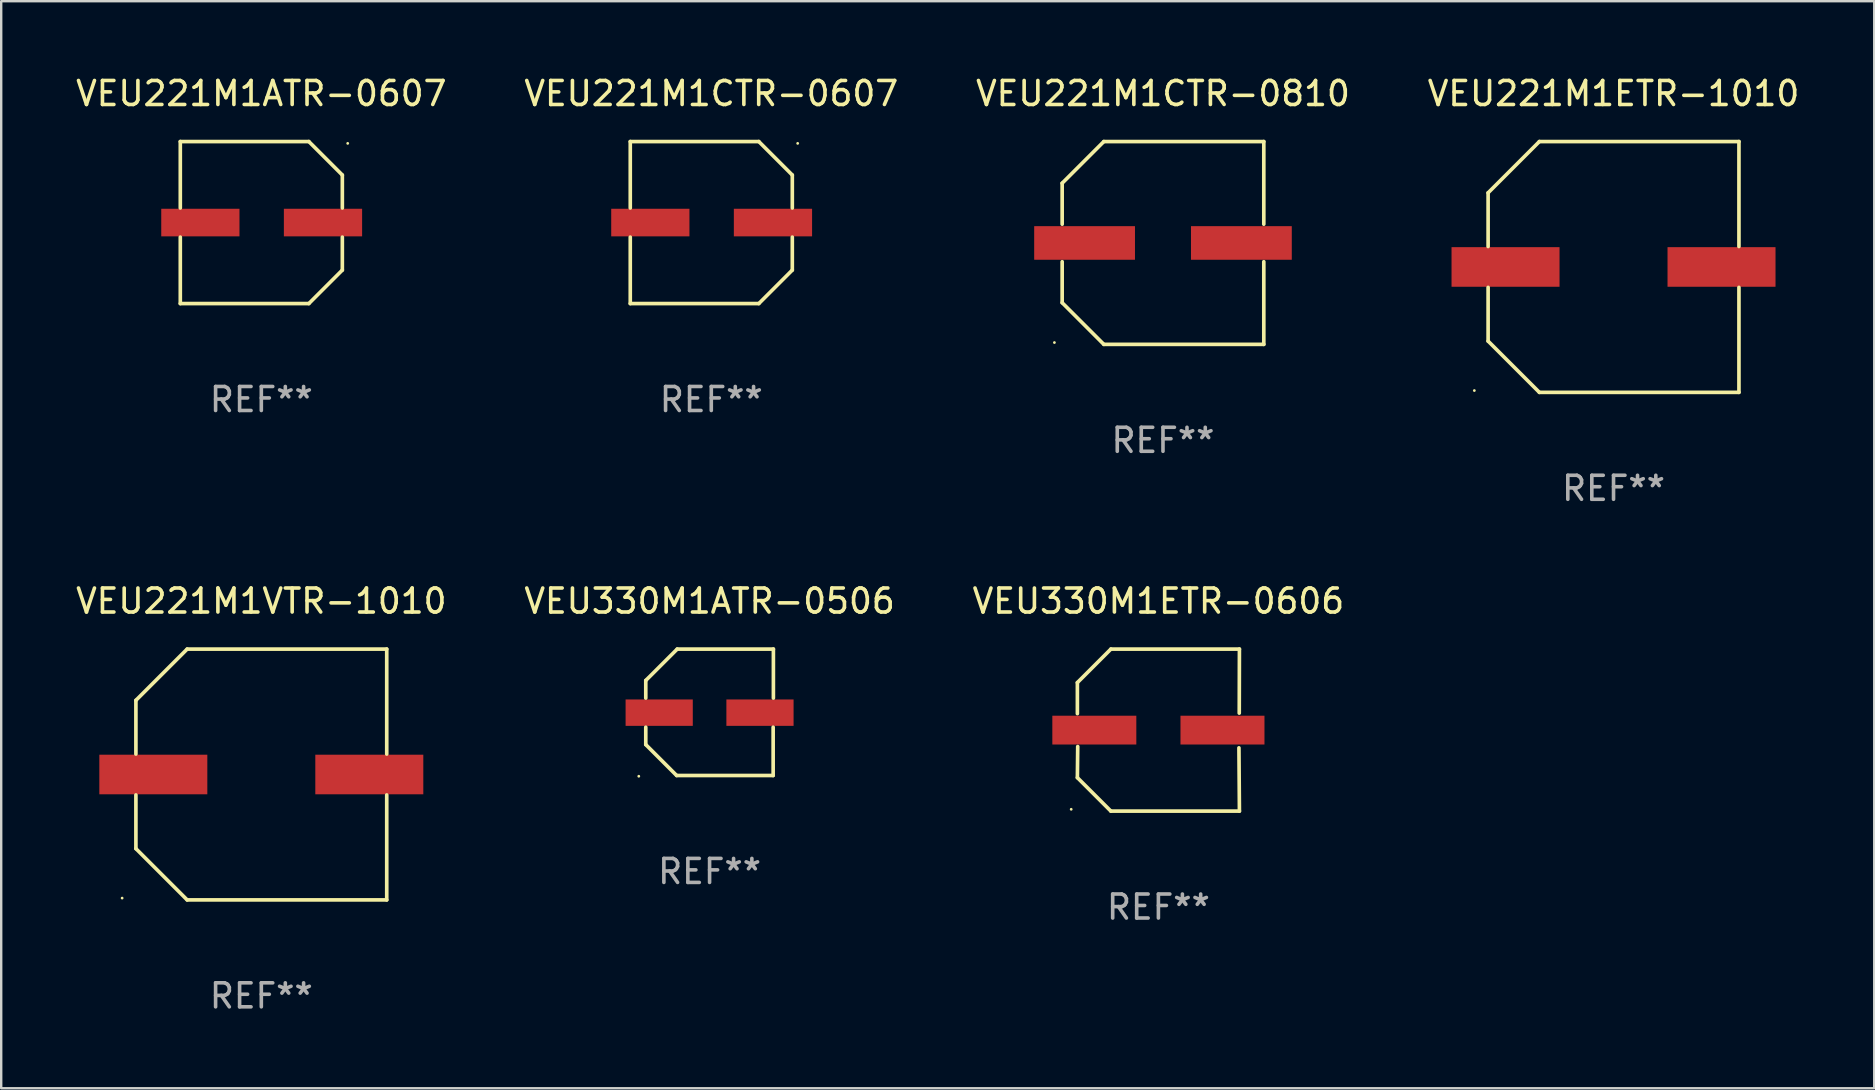
<source format=kicad_pcb>
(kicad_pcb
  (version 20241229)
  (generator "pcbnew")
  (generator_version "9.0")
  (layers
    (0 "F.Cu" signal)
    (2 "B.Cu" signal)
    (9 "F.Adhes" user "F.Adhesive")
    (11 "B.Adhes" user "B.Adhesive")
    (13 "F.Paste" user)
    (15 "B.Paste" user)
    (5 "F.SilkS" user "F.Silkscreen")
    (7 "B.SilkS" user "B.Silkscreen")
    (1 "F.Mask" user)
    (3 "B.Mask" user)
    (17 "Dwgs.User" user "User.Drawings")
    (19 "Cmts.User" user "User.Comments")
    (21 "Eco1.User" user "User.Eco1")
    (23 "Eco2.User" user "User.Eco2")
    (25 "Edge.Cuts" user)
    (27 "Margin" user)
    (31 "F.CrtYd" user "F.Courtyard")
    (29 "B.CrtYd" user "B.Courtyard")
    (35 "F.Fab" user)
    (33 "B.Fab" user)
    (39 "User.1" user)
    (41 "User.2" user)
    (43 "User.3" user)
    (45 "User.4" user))
  (footprint "VEU221M1CTR-0607"
    (layer "F.Cu")
    (at 26.589 6.224)
    (property "Reference" "VEU221M1CTR-0607" (at 0 -5.376 0) (layer "F.SilkS") (effects (font (size 1 1) (thickness 0.15))))
    (attr through_hole)
    (fp_line (start -3.376 -3.376) (end 1.98 -3.376) (stroke (width 0.152) (type solid)) (layer "F.SilkS"))
    (fp_line (start -3.376 -0.607) (end -3.376 -3.376) (stroke (width 0.152) (type solid)) (layer "F.SilkS"))
    (fp_line (start -3.376 0.607) (end -3.376 3.376) (stroke (width 0.152) (type solid)) (layer "F.SilkS"))
    (fp_line (start -3.376 3.376) (end 1.98 3.376) (stroke (width 0.152) (type solid)) (layer "F.SilkS"))
    (fp_line (start 1.98 -3.376) (end 3.376 -1.98) (stroke (width 0.152) (type solid)) (layer "F.SilkS"))
    (fp_line (start 1.98 3.376) (end 3.376 1.98) (stroke (width 0.152) (type solid)) (layer "F.SilkS"))
    (fp_line (start 3.376 -1.98) (end 3.376 -0.607) (stroke (width 0.152) (type solid)) (layer "F.SilkS"))
    (fp_line (start 3.376 1.98) (end 3.376 0.607) (stroke (width 0.152) (type solid)) (layer "F.SilkS"))
    (fp_circle (center 3.6 -3.3) (end 3.63 -3.3) (stroke (width 0.06) (type solid)) (fill no) (layer "F.SilkS"))
    (fp_text user "REF**" (at 0 7.376 0) (layer "F.Fab") (effects (font (size 1 1) (thickness 0.15))))
    (pad "1" smd rect (at 2.57 0 180) (size 3.26 1.15) (layers "F.Cu" "F.Mask" "F.Paste"))
    (pad "2" smd rect (at -2.54 0 180) (size 3.26 1.15) (layers "F.Cu" "F.Mask" "F.Paste")))
  (footprint "VEU221M1ETR-1010"
    (layer "F.Cu")
    (at 64.185 8.074)
    (property "Reference" "VEU221M1ETR-1010" (at 0 -7.226 0) (layer "F.SilkS") (effects (font (size 1 1) (thickness 0.15))))
    (attr through_hole)
    (fp_line (start -5.226 -3.09) (end -5.226 -0.852) (stroke (width 0.152) (type solid)) (layer "F.SilkS"))
    (fp_line (start -5.226 3.09) (end -5.226 0.852) (stroke (width 0.152) (type solid)) (layer "F.SilkS"))
    (fp_line (start -3.09 -5.226) (end -5.226 -3.09) (stroke (width 0.152) (type solid)) (layer "F.SilkS"))
    (fp_line (start -3.09 5.226) (end -5.226 3.09) (stroke (width 0.152) (type solid)) (layer "F.SilkS"))
    (fp_line (start 5.226 -5.226) (end -3.09 -5.226) (stroke (width 0.152) (type solid)) (layer "F.SilkS"))
    (fp_line (start 5.226 -0.852) (end 5.226 -5.226) (stroke (width 0.152) (type solid)) (layer "F.SilkS"))
    (fp_line (start 5.226 0.852) (end 5.226 5.226) (stroke (width 0.152) (type solid)) (layer "F.SilkS"))
    (fp_line (start 5.226 5.226) (end -3.09 5.226) (stroke (width 0.152) (type solid)) (layer "F.SilkS"))
    (fp_circle (center -5.8 5.15) (end -5.77 5.15) (stroke (width 0.06) (type solid)) (fill no) (layer "F.SilkS"))
    (fp_text user "REF**" (at 0 9.226 0) (layer "F.Fab") (effects (font (size 1 1) (thickness 0.15))))
    (pad "1" smd rect (at -4.5 0) (size 4.5 1.65) (layers "F.Cu" "F.Mask" "F.Paste"))
    (pad "2" smd rect (at 4.5 0) (size 4.5 1.65) (layers "F.Cu" "F.Mask" "F.Paste")))
  (footprint "VEU330M1ETR-0606"
    (layer "F.Cu")
    (at 45.22 27.373)
    (property "Reference" "VEU330M1ETR-0606" (at 0 -5.376 0) (layer "F.SilkS") (effects (font (size 1 1) (thickness 0.15))))
    (attr through_hole)
    (fp_line (start -3.376 -1.98) (end -3.376 -0.686) (stroke (width 0.152) (type solid)) (layer "F.SilkS"))
    (fp_line (start -3.376 1.981) (end -3.362 0.686) (stroke (width 0.152) (type solid)) (layer "F.SilkS"))
    (fp_line (start -1.981 3.376) (end -3.376 1.981) (stroke (width 0.152) (type solid)) (layer "F.SilkS"))
    (fp_line (start -1.98 -3.376) (end -3.376 -1.98) (stroke (width 0.152) (type solid)) (layer "F.SilkS"))
    (fp_line (start 3.356 0.74) (end 3.376 3.376) (stroke (width 0.152) (type solid)) (layer "F.SilkS"))
    (fp_line (start 3.369 -0.707) (end 3.376 -3.376) (stroke (width 0.152) (type solid)) (layer "F.SilkS"))
    (fp_line (start 3.376 3.376) (end -1.981 3.376) (stroke (width 0.152) (type solid)) (layer "F.SilkS"))
    (fp_line (start 3.376 -3.376) (end -1.98 -3.376) (stroke (width 0.152) (type solid)) (layer "F.SilkS"))
    (fp_circle (center -3.634 3.3) (end -3.604 3.3) (stroke (width 0.06) (type solid)) (fill no) (layer "F.SilkS"))
    (fp_text user "REF**" (at 0 7.376 0) (layer "F.Fab") (effects (font (size 1 1) (thickness 0.15))))
    (pad "1" smd rect (at -2.67 0.000254) (size 3.5 1.2) (layers "F.Cu" "F.Mask" "F.Paste"))
    (pad "2" smd rect (at 2.67 0.000254) (size 3.5 1.2) (layers "F.Cu" "F.Mask" "F.Paste")))
  (footprint "VEU330M1ATR-0506"
    (layer "F.Cu")
    (at 26.518 26.631)
    (property "Reference" "VEU330M1ATR-0506" (at 0 -4.634 0) (layer "F.SilkS") (effects (font (size 1 1) (thickness 0.15))))
    (attr through_hole)
    (fp_line (start -2.659 -1.326) (end -2.659 -0.592) (stroke (width 0.152) (type solid)) (layer "F.SilkS"))
    (fp_line (start -2.659 1.346) (end -2.659 0.622) (stroke (width 0.152) (type solid)) (layer "F.SilkS"))
    (fp_line (start -1.372 2.634) (end -2.659 1.346) (stroke (width 0.152) (type solid)) (layer "F.SilkS"))
    (fp_line (start -1.349 -2.634) (end -2.659 -1.326) (stroke (width 0.152) (type solid)) (layer "F.SilkS"))
    (fp_line (start 2.649 0.622) (end 2.649 2.634) (stroke (width 0.152) (type solid)) (layer "F.SilkS"))
    (fp_line (start 2.649 2.634) (end -1.372 2.634) (stroke (width 0.152) (type solid)) (layer "F.SilkS"))
    (fp_line (start 2.659 -2.634) (end -1.349 -2.634) (stroke (width 0.152) (type solid)) (layer "F.SilkS"))
    (fp_line (start 2.659 -0.592) (end 2.659 -2.634) (stroke (width 0.152) (type solid)) (layer "F.SilkS"))
    (fp_circle (center -2.95 2.665) (end -2.92 2.665) (stroke (width 0.06) (type solid)) (fill no) (layer "F.SilkS"))
    (fp_text user "REF**" (at 0 6.634 0) (layer "F.Fab") (effects (font (size 1 1) (thickness 0.15))))
    (pad "1" smd rect (at -2.1 0.015) (size 2.8 1.1) (layers "F.Cu" "F.Mask" "F.Paste"))
    (pad "2" smd rect (at 2.1 0.015) (size 2.8 1.1) (layers "F.Cu" "F.Mask" "F.Paste")))
  (footprint "VEU221M1VTR-1010"
    (layer "F.Cu")
    (at 7.839 29.223)
    (property "Reference" "VEU221M1VTR-1010" (at 0 -7.226 0) (layer "F.SilkS") (effects (font (size 1 1) (thickness 0.15))))
    (attr through_hole)
    (fp_line (start -5.226 -3.09) (end -5.226 -0.852) (stroke (width 0.152) (type solid)) (layer "F.SilkS"))
    (fp_line (start -5.226 3.09) (end -5.226 0.852) (stroke (width 0.152) (type solid)) (layer "F.SilkS"))
    (fp_line (start -3.09 -5.226) (end -5.226 -3.09) (stroke (width 0.152) (type solid)) (layer "F.SilkS"))
    (fp_line (start -3.09 5.226) (end -5.226 3.09) (stroke (width 0.152) (type solid)) (layer "F.SilkS"))
    (fp_line (start 5.226 -5.226) (end -3.09 -5.226) (stroke (width 0.152) (type solid)) (layer "F.SilkS"))
    (fp_line (start 5.226 -0.852) (end 5.226 -5.226) (stroke (width 0.152) (type solid)) (layer "F.SilkS"))
    (fp_line (start 5.226 0.852) (end 5.226 5.226) (stroke (width 0.152) (type solid)) (layer "F.SilkS"))
    (fp_line (start 5.226 5.226) (end -3.09 5.226) (stroke (width 0.152) (type solid)) (layer "F.SilkS"))
    (fp_circle (center -5.8 5.15) (end -5.77 5.15) (stroke (width 0.06) (type solid)) (fill no) (layer "F.SilkS"))
    (fp_text user "REF**" (at 0 9.226 0) (layer "F.Fab") (effects (font (size 1 1) (thickness 0.15))))
    (pad "1" smd rect (at -4.5 0) (size 4.5 1.65) (layers "F.Cu" "F.Mask" "F.Paste"))
    (pad "2" smd rect (at 4.5 0) (size 4.5 1.65) (layers "F.Cu" "F.Mask" "F.Paste")))
  (footprint "VEU221M1ATR-0607"
    (layer "F.Cu")
    (at 7.839 6.224)
    (property "Reference" "VEU221M1ATR-0607" (at 0 -5.376 0) (layer "F.SilkS") (effects (font (size 1 1) (thickness 0.15))))
    (attr through_hole)
    (fp_line (start -3.376 -3.376) (end 1.98 -3.376) (stroke (width 0.152) (type solid)) (layer "F.SilkS"))
    (fp_line (start -3.376 -0.607) (end -3.376 -3.376) (stroke (width 0.152) (type solid)) (layer "F.SilkS"))
    (fp_line (start -3.376 0.607) (end -3.376 3.376) (stroke (width 0.152) (type solid)) (layer "F.SilkS"))
    (fp_line (start -3.376 3.376) (end 1.98 3.376) (stroke (width 0.152) (type solid)) (layer "F.SilkS"))
    (fp_line (start 1.98 -3.376) (end 3.376 -1.98) (stroke (width 0.152) (type solid)) (layer "F.SilkS"))
    (fp_line (start 1.98 3.376) (end 3.376 1.98) (stroke (width 0.152) (type solid)) (layer "F.SilkS"))
    (fp_line (start 3.376 -1.98) (end 3.376 -0.607) (stroke (width 0.152) (type solid)) (layer "F.SilkS"))
    (fp_line (start 3.376 1.98) (end 3.376 0.607) (stroke (width 0.152) (type solid)) (layer "F.SilkS"))
    (fp_circle (center 3.6 -3.3) (end 3.63 -3.3) (stroke (width 0.06) (type solid)) (fill no) (layer "F.SilkS"))
    (fp_text user "REF**" (at 0 7.376 0) (layer "F.Fab") (effects (font (size 1 1) (thickness 0.15))))
    (pad "1" smd rect (at 2.57 0 180) (size 3.26 1.15) (layers "F.Cu" "F.Mask" "F.Paste"))
    (pad "2" smd rect (at -2.54 0 180) (size 3.26 1.15) (layers "F.Cu" "F.Mask" "F.Paste")))
  (footprint "VEU221M1CTR-0810"
    (layer "F.Cu")
    (at 45.411 7.074)
    (property "Reference" "VEU221M1CTR-0810" (at 0 -6.226 0) (layer "F.SilkS") (effects (font (size 1 1) (thickness 0.15))))
    (attr through_hole)
    (fp_line (start -4.201 -2.49) (end -4.201 -0.782) (stroke (width 0.152) (type solid)) (layer "F.SilkS"))
    (fp_line (start -4.201 2.49) (end -4.201 0.782) (stroke (width 0.152) (type solid)) (layer "F.SilkS"))
    (fp_line (start -2.465 -4.226) (end -4.201 -2.49) (stroke (width 0.152) (type solid)) (layer "F.SilkS"))
    (fp_line (start -2.465 4.226) (end -4.201 2.49) (stroke (width 0.152) (type solid)) (layer "F.SilkS"))
    (fp_line (start 4.201 -4.226) (end -2.465 -4.226) (stroke (width 0.152) (type solid)) (layer "F.SilkS"))
    (fp_line (start 4.201 -0.782) (end 4.201 -4.226) (stroke (width 0.152) (type solid)) (layer "F.SilkS"))
    (fp_line (start 4.201 0.782) (end 4.201 4.226) (stroke (width 0.152) (type solid)) (layer "F.SilkS"))
    (fp_line (start 4.201 4.226) (end -2.465 4.226) (stroke (width 0.152) (type solid)) (layer "F.SilkS"))
    (fp_circle (center -4.524 4.15) (end -4.494 4.15) (stroke (width 0.06) (type solid)) (fill no) (layer "F.SilkS"))
    (fp_text user "REF**" (at 0 8.226 0) (layer "F.Fab") (effects (font (size 1 1) (thickness 0.15))))
    (pad "1" smd rect (at -3.267 0) (size 4.2 1.4) (layers "F.Cu" "F.Mask" "F.Paste"))
    (pad "2" smd rect (at 3.267 0) (size 4.2 1.4) (layers "F.Cu" "F.Mask" "F.Paste")))
  (gr_rect
    (start -3 -3)
    (end 75.048 42.298)
    (stroke (width 0.1) (type default))
    (fill no)
    (layer "Edge.Cuts")))
</source>
